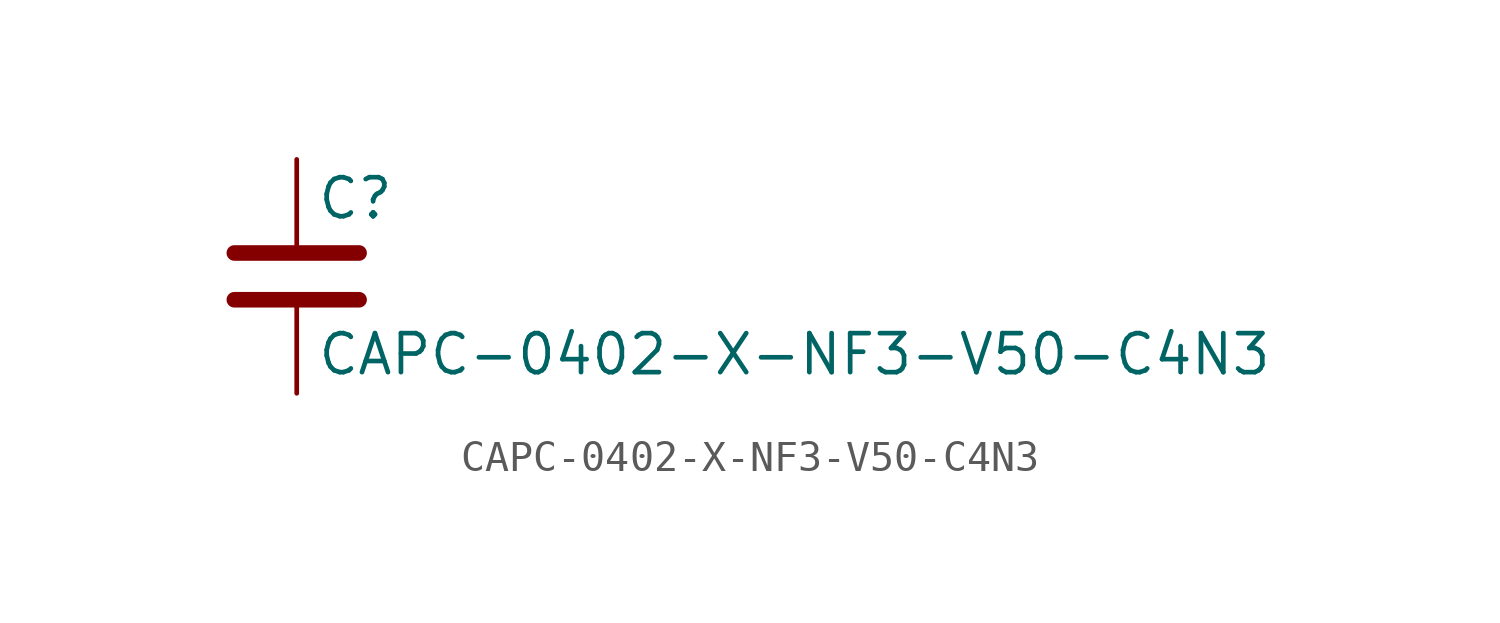
<source format=kicad_sym>
(kicad_symbol_lib
  (version 20211014)
  (generator kicad_symbol_editor)
  (symbol "CAPC-0402-X-NF3-V50-C4N3"
    (pin_numbers hide)
    (pin_names
      (offset 0.254))
    (property "Reference" "C"
      (at 0.635 2.54 0)
      (effects (font (size 1.27 1.27)) (justify left)))
    (property "Value" "CAPC-0402-X-NF3-V50-C4N3"
      (at 0.635 -2.54 0)
      (effects (font (size 1.27 1.27)) (justify left)))
    (symbol "CAPC-0402-X-NF3-V50-C4N3_0_1"
      (polyline (pts (xy -2.032 -0.762) (xy 2.032 -0.762)) (stroke (width 0.508) (type default) (color 0 0 0 0)) (fill (type none)))
      (polyline (pts (xy -2.032 0.762) (xy 2.032 0.762)) (stroke (width 0.508) (type default) (color 0 0 0 0)) (fill (type none))))
    (symbol "CAPC-0402-X-NF3-V50-C4N3_1_1"
      (pin passive line (at 0 3.81 270) (length 2.794) (name "~" (effects (font (size 1.27 1.27)))) (number "1" (effects (font (size 1.27 1.27)))))
      (pin passive line (at 0 -3.81 90) (length 2.794) (name "~" (effects (font (size 1.27 1.27)))) (number "2" (effects (font (size 1.27 1.27))))))))
</source>
